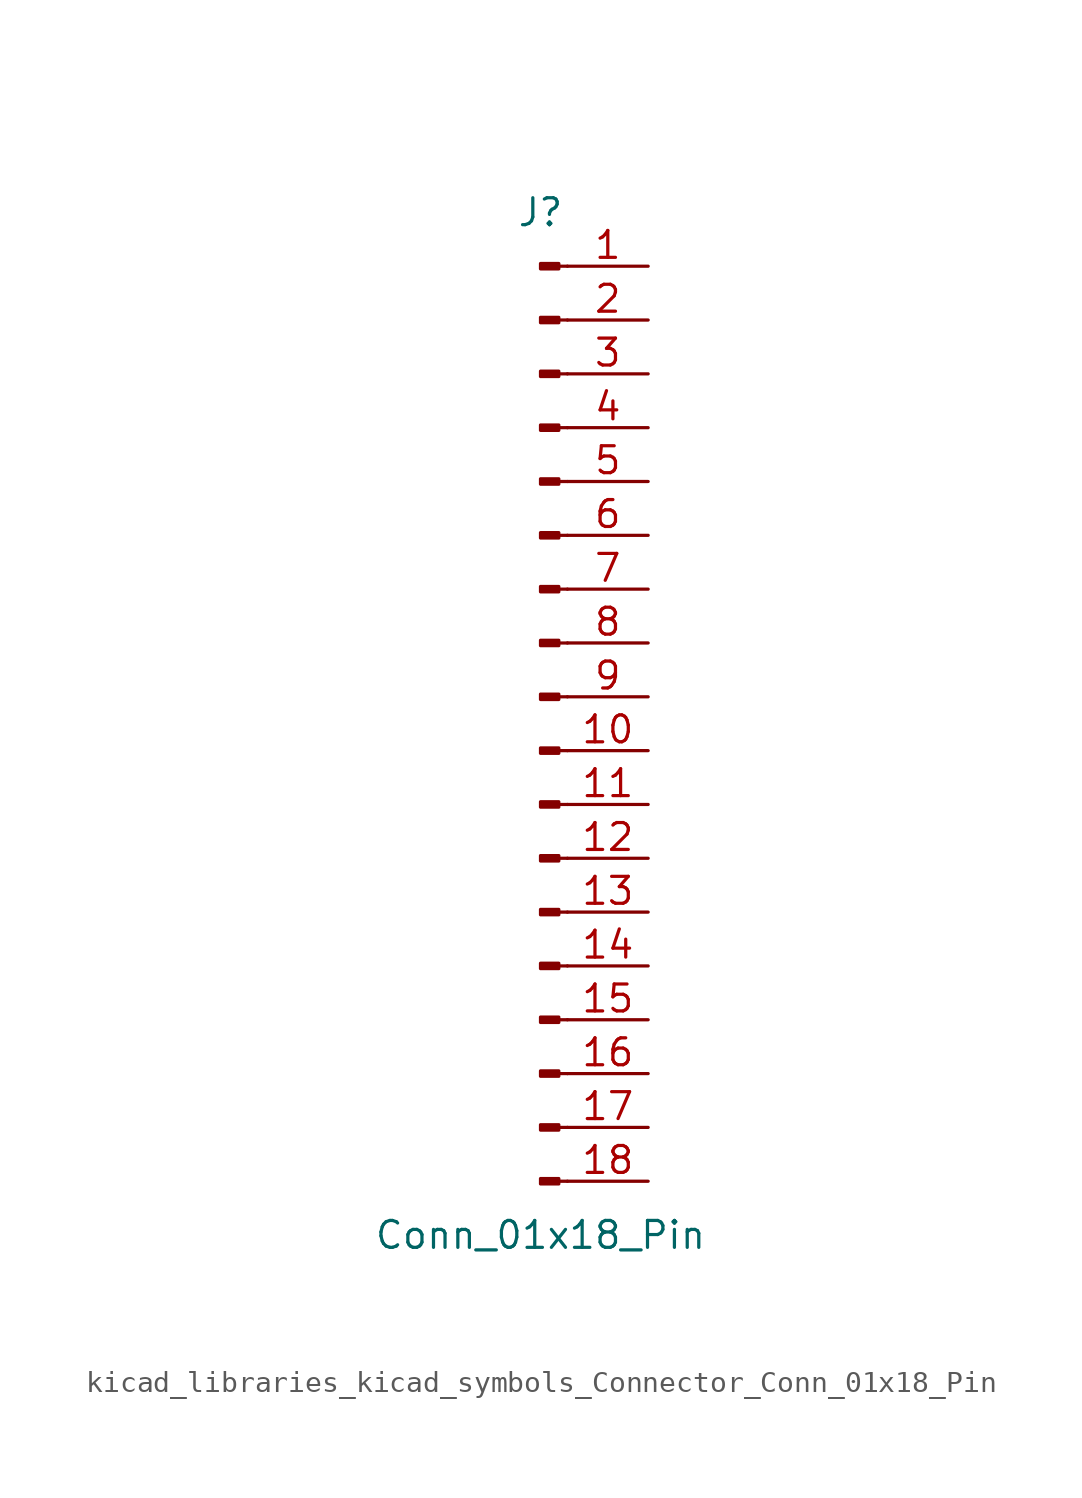
<source format=kicad_sym>
(kicad_symbol_lib
  (version 20220914)
  (generator kicad_symbol_editor)
  (symbol "kicad_libraries_kicad_symbols_Connector_Conn_01x18_Pin"
    (pin_names
      (offset 1.016) hide)
    (property "Reference" "J"
      (at 0 22.86 0)
      (effects (font (size 1.27 1.27))))
    (property "Value" "Conn_01x18_Pin"
      (at 0 -25.4 0)
      (effects (font (size 1.27 1.27))))
    (property "ki_locked" ""
      (at 0 0 0)
      (effects (font (size 1.27 1.27))))
    (symbol "kicad_libraries_kicad_symbols_Connector_Conn_01x18_Pin_1_1"
      (polyline (pts (xy 1.27 -22.86) (xy 0.864 -22.86)) (stroke (width 0.152) (type default)) (fill (type none)))
      (polyline (pts (xy 1.27 -20.32) (xy 0.864 -20.32)) (stroke (width 0.152) (type default)) (fill (type none)))
      (polyline (pts (xy 1.27 -17.78) (xy 0.864 -17.78)) (stroke (width 0.152) (type default)) (fill (type none)))
      (polyline (pts (xy 1.27 -15.24) (xy 0.864 -15.24)) (stroke (width 0.152) (type default)) (fill (type none)))
      (polyline (pts (xy 1.27 -12.7) (xy 0.864 -12.7)) (stroke (width 0.152) (type default)) (fill (type none)))
      (polyline (pts (xy 1.27 -10.16) (xy 0.864 -10.16)) (stroke (width 0.152) (type default)) (fill (type none)))
      (polyline (pts (xy 1.27 -7.62) (xy 0.864 -7.62)) (stroke (width 0.152) (type default)) (fill (type none)))
      (polyline (pts (xy 1.27 -5.08) (xy 0.864 -5.08)) (stroke (width 0.152) (type default)) (fill (type none)))
      (polyline (pts (xy 1.27 -2.54) (xy 0.864 -2.54)) (stroke (width 0.152) (type default)) (fill (type none)))
      (polyline (pts (xy 1.27 0) (xy 0.864 0)) (stroke (width 0.152) (type default)) (fill (type none)))
      (polyline (pts (xy 1.27 2.54) (xy 0.864 2.54)) (stroke (width 0.152) (type default)) (fill (type none)))
      (polyline (pts (xy 1.27 5.08) (xy 0.864 5.08)) (stroke (width 0.152) (type default)) (fill (type none)))
      (polyline (pts (xy 1.27 7.62) (xy 0.864 7.62)) (stroke (width 0.152) (type default)) (fill (type none)))
      (polyline (pts (xy 1.27 10.16) (xy 0.864 10.16)) (stroke (width 0.152) (type default)) (fill (type none)))
      (polyline (pts (xy 1.27 12.7) (xy 0.864 12.7)) (stroke (width 0.152) (type default)) (fill (type none)))
      (polyline (pts (xy 1.27 15.24) (xy 0.864 15.24)) (stroke (width 0.152) (type default)) (fill (type none)))
      (polyline (pts (xy 1.27 17.78) (xy 0.864 17.78)) (stroke (width 0.152) (type default)) (fill (type none)))
      (polyline (pts (xy 1.27 20.32) (xy 0.864 20.32)) (stroke (width 0.152) (type default)) (fill (type none)))
      (rectangle (start 0.864 -22.733) (end 0 -22.987) (stroke (width 0.152) (type default)) (fill (type outline)))
      (rectangle (start 0.864 -20.193) (end 0 -20.447) (stroke (width 0.152) (type default)) (fill (type outline)))
      (rectangle (start 0.864 -17.653) (end 0 -17.907) (stroke (width 0.152) (type default)) (fill (type outline)))
      (rectangle (start 0.864 -15.113) (end 0 -15.367) (stroke (width 0.152) (type default)) (fill (type outline)))
      (rectangle (start 0.864 -12.573) (end 0 -12.827) (stroke (width 0.152) (type default)) (fill (type outline)))
      (rectangle (start 0.864 -10.033) (end 0 -10.287) (stroke (width 0.152) (type default)) (fill (type outline)))
      (rectangle (start 0.864 -7.493) (end 0 -7.747) (stroke (width 0.152) (type default)) (fill (type outline)))
      (rectangle (start 0.864 -4.953) (end 0 -5.207) (stroke (width 0.152) (type default)) (fill (type outline)))
      (rectangle (start 0.864 -2.413) (end 0 -2.667) (stroke (width 0.152) (type default)) (fill (type outline)))
      (rectangle (start 0.864 0.127) (end 0 -0.127) (stroke (width 0.152) (type default)) (fill (type outline)))
      (rectangle (start 0.864 2.667) (end 0 2.413) (stroke (width 0.152) (type default)) (fill (type outline)))
      (rectangle (start 0.864 5.207) (end 0 4.953) (stroke (width 0.152) (type default)) (fill (type outline)))
      (rectangle (start 0.864 7.747) (end 0 7.493) (stroke (width 0.152) (type default)) (fill (type outline)))
      (rectangle (start 0.864 10.287) (end 0 10.033) (stroke (width 0.152) (type default)) (fill (type outline)))
      (rectangle (start 0.864 12.827) (end 0 12.573) (stroke (width 0.152) (type default)) (fill (type outline)))
      (rectangle (start 0.864 15.367) (end 0 15.113) (stroke (width 0.152) (type default)) (fill (type outline)))
      (rectangle (start 0.864 17.907) (end 0 17.653) (stroke (width 0.152) (type default)) (fill (type outline)))
      (rectangle (start 0.864 20.447) (end 0 20.193) (stroke (width 0.152) (type default)) (fill (type outline)))
      (pin passive line (at 5.08 20.32 180) (length 3.81) (name "Pin_1" (effects (font (size 1.27 1.27)))) (number "1" (effects (font (size 1.27 1.27)))))
      (pin passive line (at 5.08 -2.54 180) (length 3.81) (name "Pin_10" (effects (font (size 1.27 1.27)))) (number "10" (effects (font (size 1.27 1.27)))))
      (pin passive line (at 5.08 -5.08 180) (length 3.81) (name "Pin_11" (effects (font (size 1.27 1.27)))) (number "11" (effects (font (size 1.27 1.27)))))
      (pin passive line (at 5.08 -7.62 180) (length 3.81) (name "Pin_12" (effects (font (size 1.27 1.27)))) (number "12" (effects (font (size 1.27 1.27)))))
      (pin passive line (at 5.08 -10.16 180) (length 3.81) (name "Pin_13" (effects (font (size 1.27 1.27)))) (number "13" (effects (font (size 1.27 1.27)))))
      (pin passive line (at 5.08 -12.7 180) (length 3.81) (name "Pin_14" (effects (font (size 1.27 1.27)))) (number "14" (effects (font (size 1.27 1.27)))))
      (pin passive line (at 5.08 -15.24 180) (length 3.81) (name "Pin_15" (effects (font (size 1.27 1.27)))) (number "15" (effects (font (size 1.27 1.27)))))
      (pin passive line (at 5.08 -17.78 180) (length 3.81) (name "Pin_16" (effects (font (size 1.27 1.27)))) (number "16" (effects (font (size 1.27 1.27)))))
      (pin passive line (at 5.08 -20.32 180) (length 3.81) (name "Pin_17" (effects (font (size 1.27 1.27)))) (number "17" (effects (font (size 1.27 1.27)))))
      (pin passive line (at 5.08 -22.86 180) (length 3.81) (name "Pin_18" (effects (font (size 1.27 1.27)))) (number "18" (effects (font (size 1.27 1.27)))))
      (pin passive line (at 5.08 17.78 180) (length 3.81) (name "Pin_2" (effects (font (size 1.27 1.27)))) (number "2" (effects (font (size 1.27 1.27)))))
      (pin passive line (at 5.08 15.24 180) (length 3.81) (name "Pin_3" (effects (font (size 1.27 1.27)))) (number "3" (effects (font (size 1.27 1.27)))))
      (pin passive line (at 5.08 12.7 180) (length 3.81) (name "Pin_4" (effects (font (size 1.27 1.27)))) (number "4" (effects (font (size 1.27 1.27)))))
      (pin passive line (at 5.08 10.16 180) (length 3.81) (name "Pin_5" (effects (font (size 1.27 1.27)))) (number "5" (effects (font (size 1.27 1.27)))))
      (pin passive line (at 5.08 7.62 180) (length 3.81) (name "Pin_6" (effects (font (size 1.27 1.27)))) (number "6" (effects (font (size 1.27 1.27)))))
      (pin passive line (at 5.08 5.08 180) (length 3.81) (name "Pin_7" (effects (font (size 1.27 1.27)))) (number "7" (effects (font (size 1.27 1.27)))))
      (pin passive line (at 5.08 2.54 180) (length 3.81) (name "Pin_8" (effects (font (size 1.27 1.27)))) (number "8" (effects (font (size 1.27 1.27)))))
      (pin passive line (at 5.08 0 180) (length 3.81) (name "Pin_9" (effects (font (size 1.27 1.27)))) (number "9" (effects (font (size 1.27 1.27))))))))
</source>
